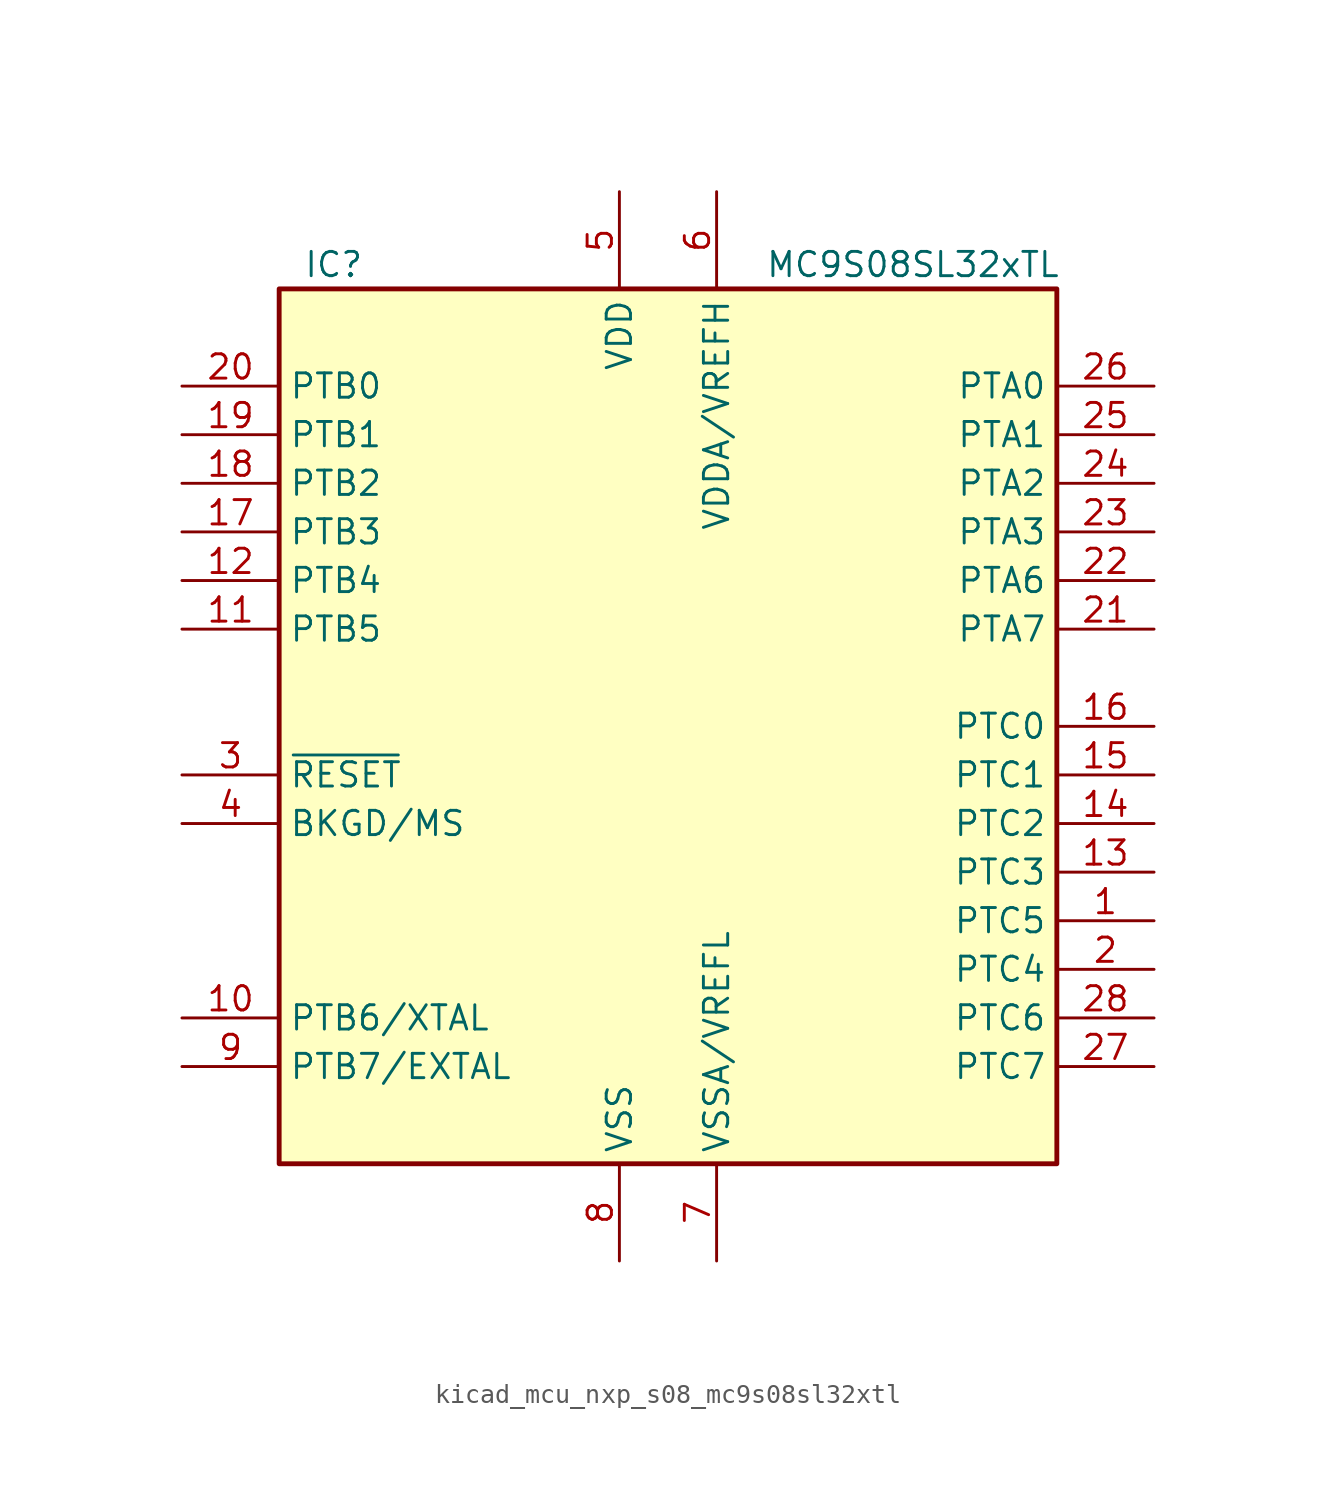
<source format=kicad_sym>
(kicad_symbol_lib
  (version 20220914)
  (generator kicad_symbol_editor)
  (symbol "kicad_mcu_nxp_s08_mc9s08sl32xtl"
    (property "Reference" "IC"
      (at -19.05 24.13 0)
      (effects (font (size 1.27 1.27)) (justify left)))
    (property "Value" "MC9S08SL32xTL"
      (at 5.08 24.13 0)
      (effects (font (size 1.27 1.27)) (justify left)))
    (symbol "kicad_mcu_nxp_s08_mc9s08sl32xtl_0_1"
      (rectangle (start -20.32 22.86) (end 20.32 -22.86) (stroke (width 0.254) (type default)) (fill (type background))))
    (symbol "kicad_mcu_nxp_s08_mc9s08sl32xtl_1_1"
      (pin bidirectional line (at 25.4 -10.16 180) (length 5.08) (name "PTC5" (effects (font (size 1.27 1.27)))) (number "1" (effects (font (size 1.27 1.27)))))
      (pin bidirectional line (at -25.4 -15.24 0) (length 5.08) (name "PTB6/XTAL" (effects (font (size 1.27 1.27)))) (number "10" (effects (font (size 1.27 1.27)))))
      (pin bidirectional line (at -25.4 5.08 0) (length 5.08) (name "PTB5" (effects (font (size 1.27 1.27)))) (number "11" (effects (font (size 1.27 1.27)))))
      (pin bidirectional line (at -25.4 7.62 0) (length 5.08) (name "PTB4" (effects (font (size 1.27 1.27)))) (number "12" (effects (font (size 1.27 1.27)))))
      (pin bidirectional line (at 25.4 -7.62 180) (length 5.08) (name "PTC3" (effects (font (size 1.27 1.27)))) (number "13" (effects (font (size 1.27 1.27)))))
      (pin bidirectional line (at 25.4 -5.08 180) (length 5.08) (name "PTC2" (effects (font (size 1.27 1.27)))) (number "14" (effects (font (size 1.27 1.27)))))
      (pin bidirectional line (at 25.4 -2.54 180) (length 5.08) (name "PTC1" (effects (font (size 1.27 1.27)))) (number "15" (effects (font (size 1.27 1.27)))))
      (pin bidirectional line (at 25.4 0 180) (length 5.08) (name "PTC0" (effects (font (size 1.27 1.27)))) (number "16" (effects (font (size 1.27 1.27)))))
      (pin bidirectional line (at -25.4 10.16 0) (length 5.08) (name "PTB3" (effects (font (size 1.27 1.27)))) (number "17" (effects (font (size 1.27 1.27)))))
      (pin bidirectional line (at -25.4 12.7 0) (length 5.08) (name "PTB2" (effects (font (size 1.27 1.27)))) (number "18" (effects (font (size 1.27 1.27)))))
      (pin bidirectional line (at -25.4 15.24 0) (length 5.08) (name "PTB1" (effects (font (size 1.27 1.27)))) (number "19" (effects (font (size 1.27 1.27)))))
      (pin bidirectional line (at 25.4 -12.7 180) (length 5.08) (name "PTC4" (effects (font (size 1.27 1.27)))) (number "2" (effects (font (size 1.27 1.27)))))
      (pin bidirectional line (at -25.4 17.78 0) (length 5.08) (name "PTB0" (effects (font (size 1.27 1.27)))) (number "20" (effects (font (size 1.27 1.27)))))
      (pin bidirectional line (at 25.4 5.08 180) (length 5.08) (name "PTA7" (effects (font (size 1.27 1.27)))) (number "21" (effects (font (size 1.27 1.27)))))
      (pin bidirectional line (at 25.4 7.62 180) (length 5.08) (name "PTA6" (effects (font (size 1.27 1.27)))) (number "22" (effects (font (size 1.27 1.27)))))
      (pin bidirectional line (at 25.4 10.16 180) (length 5.08) (name "PTA3" (effects (font (size 1.27 1.27)))) (number "23" (effects (font (size 1.27 1.27)))))
      (pin bidirectional line (at 25.4 12.7 180) (length 5.08) (name "PTA2" (effects (font (size 1.27 1.27)))) (number "24" (effects (font (size 1.27 1.27)))))
      (pin bidirectional line (at 25.4 15.24 180) (length 5.08) (name "PTA1" (effects (font (size 1.27 1.27)))) (number "25" (effects (font (size 1.27 1.27)))))
      (pin bidirectional line (at 25.4 17.78 180) (length 5.08) (name "PTA0" (effects (font (size 1.27 1.27)))) (number "26" (effects (font (size 1.27 1.27)))))
      (pin bidirectional line (at 25.4 -17.78 180) (length 5.08) (name "PTC7" (effects (font (size 1.27 1.27)))) (number "27" (effects (font (size 1.27 1.27)))))
      (pin bidirectional line (at 25.4 -15.24 180) (length 5.08) (name "PTC6" (effects (font (size 1.27 1.27)))) (number "28" (effects (font (size 1.27 1.27)))))
      (pin input line (at -25.4 -2.54 0) (length 5.08) (name "~{RESET}" (effects (font (size 1.27 1.27)))) (number "3" (effects (font (size 1.27 1.27)))))
      (pin bidirectional line (at -25.4 -5.08 0) (length 5.08) (name "BKGD/MS" (effects (font (size 1.27 1.27)))) (number "4" (effects (font (size 1.27 1.27)))))
      (pin power_in line (at -2.54 27.94 270) (length 5.08) (name "VDD" (effects (font (size 1.27 1.27)))) (number "5" (effects (font (size 1.27 1.27)))))
      (pin power_in line (at 2.54 27.94 270) (length 5.08) (name "VDDA/VREFH" (effects (font (size 1.27 1.27)))) (number "6" (effects (font (size 1.27 1.27)))))
      (pin power_in line (at 2.54 -27.94 90) (length 5.08) (name "VSSA/VREFL" (effects (font (size 1.27 1.27)))) (number "7" (effects (font (size 1.27 1.27)))))
      (pin power_in line (at -2.54 -27.94 90) (length 5.08) (name "VSS" (effects (font (size 1.27 1.27)))) (number "8" (effects (font (size 1.27 1.27)))))
      (pin bidirectional line (at -25.4 -17.78 0) (length 5.08) (name "PTB7/EXTAL" (effects (font (size 1.27 1.27)))) (number "9" (effects (font (size 1.27 1.27))))))))
</source>
